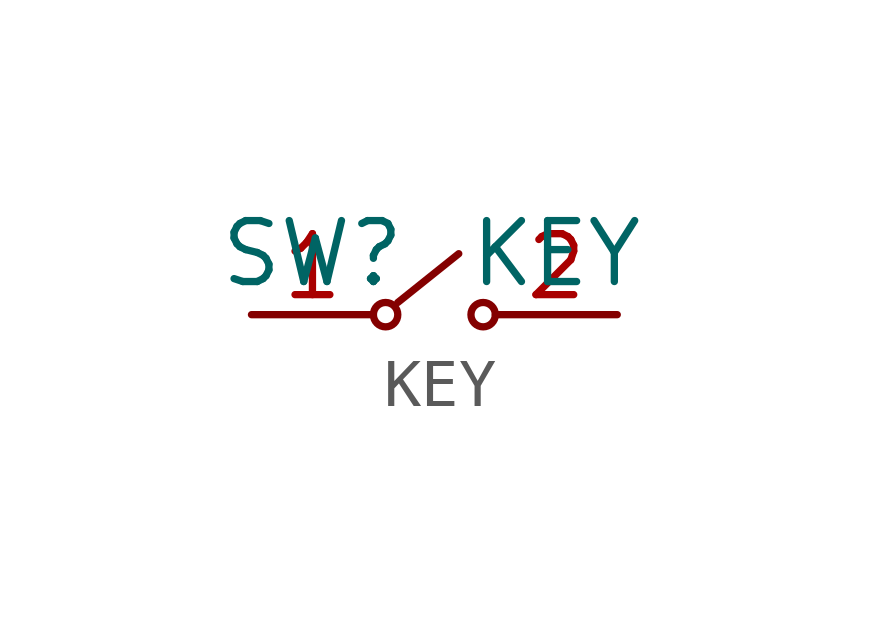
<source format=kicad_sym>
(kicad_symbol_lib
  (version 20220914)
  (generator kicad_symbol_editor)
  (symbol "KEY"
    (pin_names hide)
    (property "Reference" "SW"
      (at -1.27 1.27 0)
      (effects (font (size 1.27 1.27))))
    (property "Value" "KEY"
      (at 3.81 1.27 0)
      (effects (font (size 1.27 1.27))))
    (symbol "KEY_0_1"
      (polyline (pts (xy 0.508 0.254) (xy 1.778 1.27)) (stroke (width 0) (type default)) (fill (type none)))
      (circle (center 0.254 0) (radius 0.254) (stroke (width 0) (type default)) (fill (type none)))
      (circle (center 2.286 0) (radius 0.254) (stroke (width 0) (type default)) (fill (type none))))
    (symbol "KEY_1_1"
      (pin passive line (at -2.54 0 0) (length 2.54) (name "A" (effects (font (size 1.27 1.27)))) (number "1" (effects (font (size 1.27 1.27)))))
      (pin passive line (at 5.08 0 180) (length 2.54) (name "B" (effects (font (size 1.27 1.27)))) (number "2" (effects (font (size 1.27 1.27))))))))
</source>
